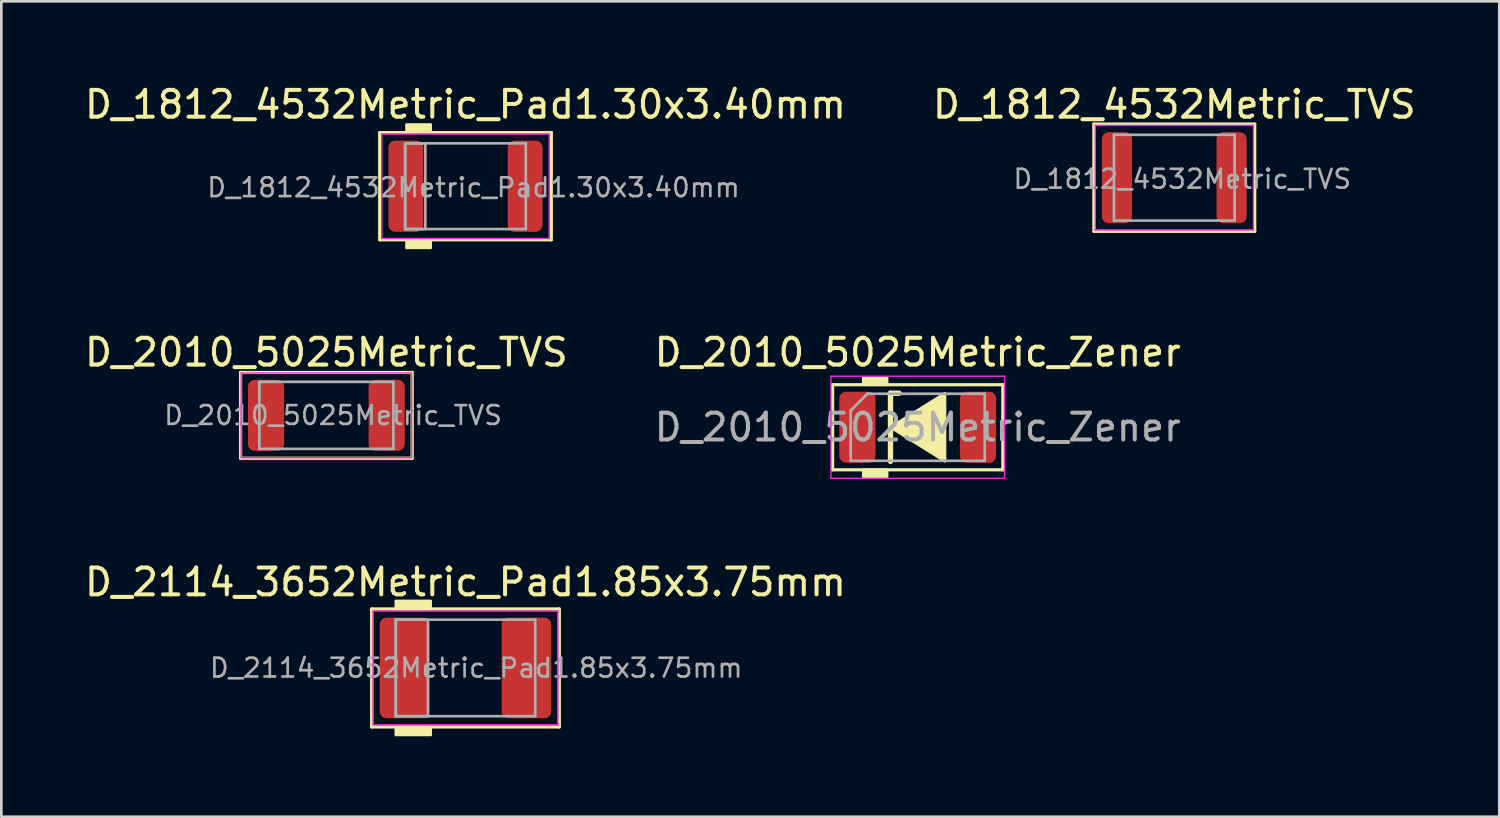
<source format=kicad_pcb>
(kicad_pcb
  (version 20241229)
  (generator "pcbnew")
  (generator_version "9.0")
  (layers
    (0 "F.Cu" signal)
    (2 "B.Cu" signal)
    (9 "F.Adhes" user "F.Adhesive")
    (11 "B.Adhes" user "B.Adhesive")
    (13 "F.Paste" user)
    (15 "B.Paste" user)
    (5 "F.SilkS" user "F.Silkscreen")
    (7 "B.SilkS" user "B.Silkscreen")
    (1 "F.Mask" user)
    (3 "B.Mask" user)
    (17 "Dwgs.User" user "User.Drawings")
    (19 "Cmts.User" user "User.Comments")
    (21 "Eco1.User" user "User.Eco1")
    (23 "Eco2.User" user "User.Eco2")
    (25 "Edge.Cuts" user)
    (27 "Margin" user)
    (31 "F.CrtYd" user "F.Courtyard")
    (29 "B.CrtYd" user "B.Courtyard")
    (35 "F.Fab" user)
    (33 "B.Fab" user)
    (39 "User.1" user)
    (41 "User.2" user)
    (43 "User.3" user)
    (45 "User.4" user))
  (footprint "D_1812_4532Metric_TVS"
    (layer "F.Cu")
    (at 40.756 3.579)
    (property "Reference" "D_1812_4532Metric_TVS" (at 0 -2.731 0) (layer "F.SilkS") (effects (font (size 1 1) (thickness 0.15))))
    (attr smd)
    (fp_line (start -3 -2) (end -3 2) (stroke (width 0.12) (type solid)) (layer "F.SilkS"))
    (fp_line (start -3 2) (end 3 2) (stroke (width 0.12) (type solid)) (layer "F.SilkS"))
    (fp_line (start 3 -2) (end -3 -2) (stroke (width 0.12) (type solid)) (layer "F.SilkS"))
    (fp_line (start 3 2) (end 3 -2) (stroke (width 0.12) (type solid)) (layer "F.SilkS"))
    (fp_line (start -2.95 -1.95) (end 2.95 -1.95) (stroke (width 0.05) (type solid)) (layer "F.CrtYd"))
    (fp_line (start -2.95 1.95) (end -2.95 -1.95) (stroke (width 0.05) (type solid)) (layer "F.CrtYd"))
    (fp_line (start 2.95 -1.95) (end 2.95 1.95) (stroke (width 0.05) (type solid)) (layer "F.CrtYd"))
    (fp_line (start 2.95 1.95) (end -2.95 1.95) (stroke (width 0.05) (type solid)) (layer "F.CrtYd"))
    (fp_line (start -2.25 -1.6) (end -2.25 1.6) (stroke (width 0.1) (type solid)) (layer "F.Fab"))
    (fp_line (start -2.25 1.6) (end 2.25 1.6) (stroke (width 0.1) (type solid)) (layer "F.Fab"))
    (fp_line (start 2.25 -1.6) (end -2.25 -1.6) (stroke (width 0.1) (type solid)) (layer "F.Fab"))
    (fp_line (start 2.25 1.6) (end 2.25 -1.6) (stroke (width 0.1) (type solid)) (layer "F.Fab"))
    (fp_text user "${REFERENCE}" (at 0.3 0.05 0) (layer "F.Fab") (effects (font (size 0.7 0.7) (thickness 0.1))))
    (pad "1" smd roundrect (at -2.138 0) (size 1.125 3.4) (layers "F.Cu" "F.Mask" "F.Paste") (roundrect_rratio 0.222))
    (pad "2" smd roundrect (at 2.138 0) (size 1.125 3.4) (layers "F.Cu" "F.Mask" "F.Paste") (roundrect_rratio 0.222)))
  (footprint "D_2010_5025Metric_TVS"
    (layer "F.Cu")
    (at 9.125 12.444)
    (property "Reference" "D_2010_5025Metric_TVS" (at 0 -2.349 0) (layer "F.SilkS") (effects (font (size 1 1) (thickness 0.15))))
    (attr smd)
    (fp_line (start -3.2 -1.6) (end -3.2 1.6) (stroke (width 0.12) (type solid)) (layer "F.SilkS"))
    (fp_line (start -3.2 1.6) (end 3.2 1.6) (stroke (width 0.12) (type solid)) (layer "F.SilkS"))
    (fp_line (start 3.2 -1.6) (end -3.2 -1.6) (stroke (width 0.12) (type solid)) (layer "F.SilkS"))
    (fp_line (start 3.2 1.6) (end 3.2 -1.6) (stroke (width 0.12) (type solid)) (layer "F.SilkS"))
    (fp_line (start -3.18 -1.58) (end 3.18 -1.58) (stroke (width 0.05) (type solid)) (layer "F.CrtYd"))
    (fp_line (start -3.18 1.58) (end -3.18 -1.58) (stroke (width 0.05) (type solid)) (layer "F.CrtYd"))
    (fp_line (start 3.18 -1.58) (end 3.18 1.58) (stroke (width 0.05) (type solid)) (layer "F.CrtYd"))
    (fp_line (start 3.18 1.58) (end -3.18 1.58) (stroke (width 0.05) (type solid)) (layer "F.CrtYd"))
    (fp_line (start -2.5 -1.25) (end -2.5 1.25) (stroke (width 0.1) (type solid)) (layer "F.Fab"))
    (fp_line (start -2.5 1.25) (end 2.5 1.25) (stroke (width 0.1) (type solid)) (layer "F.Fab"))
    (fp_line (start 2.5 -1.25) (end -2.5 -1.25) (stroke (width 0.1) (type solid)) (layer "F.Fab"))
    (fp_line (start 2.5 1.25) (end 2.5 -1.25) (stroke (width 0.1) (type solid)) (layer "F.Fab"))
    (fp_text user "${REFERENCE}" (at 0.25 0 0) (layer "F.Fab") (effects (font (size 0.7 0.7) (thickness 0.1))))
    (pad "1" smd roundrect (at -2.25 0) (size 1.35 2.65) (layers "F.Cu" "F.Mask" "F.Paste") (roundrect_rratio 0.185))
    (pad "2" smd roundrect (at 2.25 0) (size 1.35 2.65) (layers "F.Cu" "F.Mask" "F.Paste") (roundrect_rratio 0.185)))
  (footprint "D_2010_5025Metric_Zener"
    (layer "F.Cu")
    (at 31.185 12.889)
    (property "Reference" "D_2010_5025Metric_Zener" (at 0 -2.794 0) (layer "F.SilkS") (effects (font (size 1 1) (thickness 0.15))))
    (attr smd)
    (fp_line (start -3.175 -1.587) (end -3.175 1.587) (stroke (width 0.12) (type solid)) (layer "F.SilkS"))
    (fp_line (start -3.175 1.587) (end 3.175 1.587) (stroke (width 0.12) (type solid)) (layer "F.SilkS"))
    (fp_line (start -1.016 -1.27) (end -1.016 1.27) (stroke (width 0.2) (type solid)) (layer "F.SilkS"))
    (fp_line (start -1.016 -1.27) (end -0.699 -1.27) (stroke (width 0.2) (type solid)) (layer "F.SilkS"))
    (fp_line (start -0.127 -1.587) (end -3.175 -1.587) (stroke (width 0.12) (type solid)) (layer "F.SilkS"))
    (fp_line (start 3.175 -1.587) (end -0.127 -1.587) (stroke (width 0.12) (type solid)) (layer "F.SilkS"))
    (fp_line (start 3.175 1.587) (end 3.175 -1.587) (stroke (width 0.12) (type solid)) (layer "F.SilkS"))
    (fp_poly (pts (xy 1.016 1.27) (xy -1.016 0) (xy 1.016 -1.27)) (stroke (width 0.1) (type solid)) (fill yes) (layer "F.SilkS"))
    (fp_poly (pts (xy -1.143 -1.587) (xy -2.032 -1.587) (xy -2.032 -1.841) (xy -1.143 -1.841)) (stroke (width 0.1) (type solid)) (fill yes) (layer "F.SilkS"))
    (fp_poly (pts (xy -1.143 1.841) (xy -2.032 1.841) (xy -2.032 1.587) (xy -1.143 1.587)) (stroke (width 0.1) (type solid)) (fill yes) (layer "F.SilkS"))
    (fp_line (start -3.239 -1.905) (end 3.239 -1.905) (stroke (width 0.05) (type solid)) (layer "F.CrtYd"))
    (fp_line (start -3.239 1.905) (end -3.239 -1.905) (stroke (width 0.05) (type solid)) (layer "F.CrtYd"))
    (fp_line (start 3.239 -1.905) (end 3.239 1.905) (stroke (width 0.05) (type solid)) (layer "F.CrtYd"))
    (fp_line (start 3.239 1.905) (end -3.239 1.905) (stroke (width 0.05) (type solid)) (layer "F.CrtYd"))
    (fp_line (start -2.5 -0.625) (end -2.5 1.25) (stroke (width 0.1) (type solid)) (layer "F.Fab"))
    (fp_line (start -2.5 1.25) (end 2.5 1.25) (stroke (width 0.1) (type solid)) (layer "F.Fab"))
    (fp_line (start -1.875 -1.25) (end -2.5 -0.625) (stroke (width 0.1) (type solid)) (layer "F.Fab"))
    (fp_line (start 2.5 -1.25) (end -1.875 -1.25) (stroke (width 0.1) (type solid)) (layer "F.Fab"))
    (fp_line (start 2.5 1.25) (end 2.5 -1.25) (stroke (width 0.1) (type solid)) (layer "F.Fab"))
    (fp_text user "${REFERENCE}" (at 0 0 0) (layer "F.Fab") (effects (font (size 1 1) (thickness 0.15))))
    (pad "1" smd roundrect (at -2.25 0) (size 1.35 2.65) (layers "F.Cu" "F.Mask" "F.Paste") (roundrect_rratio 0.185))
    (pad "2" smd roundrect (at 2.25 0) (size 1.35 2.65) (layers "F.Cu" "F.Mask" "F.Paste") (roundrect_rratio 0.185)))
  (footprint "D_2114_3652Metric_Pad1.85x3.75mm"
    (layer "F.Cu")
    (at 14.315 21.867)
    (property "Reference" "D_2114_3652Metric_Pad1.85x3.75mm" (at 0 -3.2 0) (layer "F.SilkS") (effects (font (size 1 1) (thickness 0.15))))
    (attr smd)
    (fp_line (start -3.5 -2.2) (end -3.5 2.2) (stroke (width 0.12) (type solid)) (layer "F.SilkS"))
    (fp_line (start -3.5 2.2) (end 3.5 2.2) (stroke (width 0.12) (type solid)) (layer "F.SilkS"))
    (fp_line (start 3.5 -2.2) (end -3.5 -2.2) (stroke (width 0.12) (type solid)) (layer "F.SilkS"))
    (fp_line (start 3.5 2.2) (end 3.5 -2.2) (stroke (width 0.12) (type solid)) (layer "F.SilkS"))
    (fp_poly (pts (xy -1.3 -2.2) (xy -2.6 -2.2) (xy -2.6 -2.5) (xy -1.3 -2.5)) (stroke (width 0.1) (type solid)) (fill yes) (layer "F.SilkS"))
    (fp_poly (pts (xy -1.3 2.5) (xy -2.6 2.5) (xy -2.6 2.2) (xy -1.3 2.2)) (stroke (width 0.1) (type solid)) (fill yes) (layer "F.SilkS"))
    (fp_line (start -3.45 -2.12) (end 3.45 -2.12) (stroke (width 0.05) (type solid)) (layer "F.CrtYd"))
    (fp_line (start -3.45 2.12) (end -3.45 -2.12) (stroke (width 0.05) (type solid)) (layer "F.CrtYd"))
    (fp_line (start 3.45 -2.12) (end 3.45 2.12) (stroke (width 0.05) (type solid)) (layer "F.CrtYd"))
    (fp_line (start 3.45 2.12) (end -3.45 2.12) (stroke (width 0.05) (type solid)) (layer "F.CrtYd"))
    (fp_line (start -2.6 -1.8) (end -2.6 1.8) (stroke (width 0.1) (type solid)) (layer "F.Fab"))
    (fp_line (start -2.6 1.8) (end 2.6 1.8) (stroke (width 0.1) (type solid)) (layer "F.Fab"))
    (fp_line (start 2.6 -1.8) (end -2.6 -1.8) (stroke (width 0.1) (type solid)) (layer "F.Fab"))
    (fp_line (start 2.6 1.8) (end 2.6 -1.8) (stroke (width 0.1) (type solid)) (layer "F.Fab"))
    (fp_rect (start -2.6 -1.8) (end -1.4 1.8) (stroke (width 0.1) (type solid)) (fill no) (layer "F.Fab"))
    (fp_text user "${REFERENCE}" (at 0.4 0 0) (layer "F.Fab") (effects (font (size 0.7 0.7) (thickness 0.1))))
    (pad "1" smd roundrect (at -2.275 0) (size 1.85 3.75) (layers "F.Cu" "F.Mask" "F.Paste") (roundrect_rratio 0.135))
    (pad "2" smd roundrect (at 2.275 0) (size 1.85 3.75) (layers "F.Cu" "F.Mask" "F.Paste") (roundrect_rratio 0.135)))
  (footprint "D_1812_4532Metric_Pad1.30x3.40mm"
    (layer "F.Cu")
    (at 14.315 3.896)
    (property "Reference" "D_1812_4532Metric_Pad1.30x3.40mm" (at 0 -3.048 0) (layer "F.SilkS") (effects (font (size 1 1) (thickness 0.15))))
    (attr smd)
    (fp_line (start -3.2 -2) (end -3.2 2) (stroke (width 0.12) (type solid)) (layer "F.SilkS"))
    (fp_line (start -3.2 2) (end 3.2 2) (stroke (width 0.12) (type solid)) (layer "F.SilkS"))
    (fp_line (start 3.2 -2) (end -3.2 -2) (stroke (width 0.12) (type solid)) (layer "F.SilkS"))
    (fp_line (start 3.2 2) (end 3.2 -2) (stroke (width 0.12) (type solid)) (layer "F.SilkS"))
    (fp_poly (pts (xy -1.3 -2) (xy -2.2 -2) (xy -2.2 -2.3) (xy -1.3 -2.3)) (stroke (width 0.1) (type solid)) (fill yes) (layer "F.SilkS"))
    (fp_poly (pts (xy -1.3 2.3) (xy -2.2 2.3) (xy -2.2 2) (xy -1.3 2)) (stroke (width 0.1) (type solid)) (fill yes) (layer "F.SilkS"))
    (fp_line (start -3.12 -1.95) (end 3.12 -1.95) (stroke (width 0.05) (type solid)) (layer "F.CrtYd"))
    (fp_line (start -3.12 1.95) (end -3.12 -1.95) (stroke (width 0.05) (type solid)) (layer "F.CrtYd"))
    (fp_line (start 3.12 -1.95) (end 3.12 1.95) (stroke (width 0.05) (type solid)) (layer "F.CrtYd"))
    (fp_line (start 3.12 1.95) (end -3.12 1.95) (stroke (width 0.05) (type solid)) (layer "F.CrtYd"))
    (fp_line (start -2.25 -1.6) (end -2.25 1.6) (stroke (width 0.1) (type solid)) (layer "F.Fab"))
    (fp_line (start -2.25 1.6) (end 2.25 1.6) (stroke (width 0.1) (type solid)) (layer "F.Fab"))
    (fp_line (start 2.25 -1.6) (end -2.25 -1.6) (stroke (width 0.1) (type solid)) (layer "F.Fab"))
    (fp_line (start 2.25 1.6) (end 2.25 -1.6) (stroke (width 0.1) (type solid)) (layer "F.Fab"))
    (fp_rect (start -2.25 -1.6) (end -1.5 1.6) (stroke (width 0.1) (type solid)) (fill no) (layer "F.Fab"))
    (fp_text user "${REFERENCE}" (at 0.3 0.05 0) (layer "F.Fab") (effects (font (size 0.7 0.7) (thickness 0.1))))
    (pad "1" smd roundrect (at -2.225 0) (size 1.3 3.4) (layers "F.Cu" "F.Mask" "F.Paste") (roundrect_rratio 0.192))
    (pad "2" smd roundrect (at 2.225 0) (size 1.3 3.4) (layers "F.Cu" "F.Mask" "F.Paste") (roundrect_rratio 0.192)))
  (gr_rect
    (start -3 -3)
    (end 52.881 27.417)
    (stroke (width 0.1) (type default))
    (fill no)
    (layer "Edge.Cuts")))
</source>
